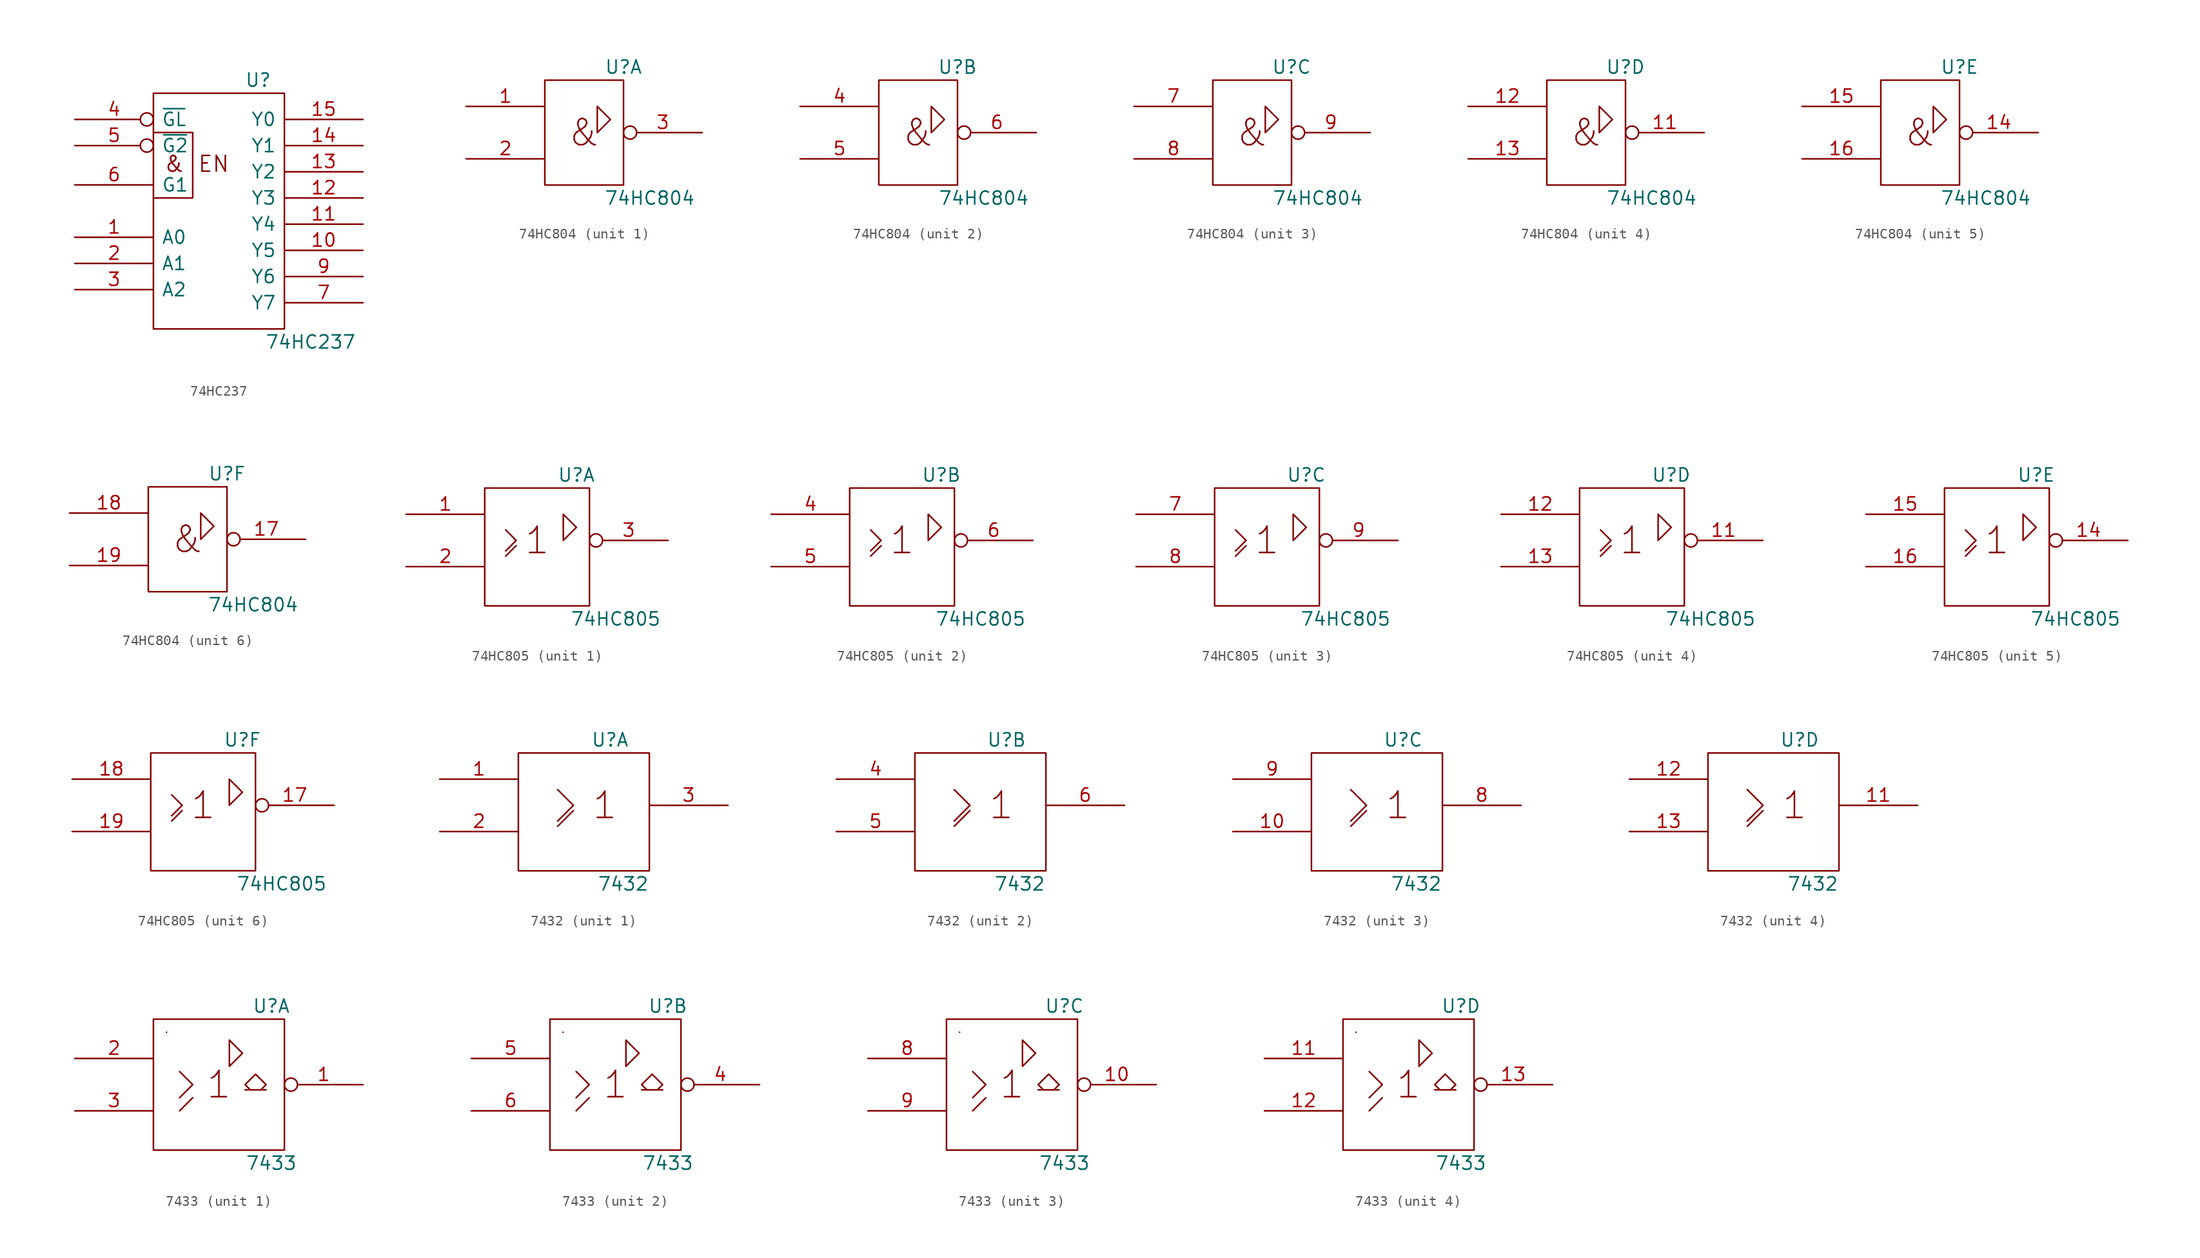
<source format=kicad_sym>
(kicad_symbol_lib
  (version 20231120)
  (generator "kicad_symbol_editor")
  (generator_version "8.0")
  (symbol "74HC237"
    (pin_names
      (offset 0.762))
    (property "Reference" "U"
      (at 3.81 8.89 0)
      (effects (font (size 1.27 1.27))))
    (property "Value" "74HC237"
      (at 8.89 -16.51 0)
      (effects (font (size 1.27 1.27))))
    (symbol "74HC237_0_0"
      (text "&" (at -4.318 0.762 0) (effects (font (size 1.524 1.524))))
      (text "EN" (at -0.508 0.762 0) (effects (font (size 1.524 1.524))))
      (pin power_in line (at 0 7.62 270) (length 0) hide (name "VCC" (effects (font (size 1.27 1.27)))) (number "16" (effects (font (size 1.27 1.27))))))
    (symbol "74HC237_0_1"
      (rectangle (start -6.35 7.62) (end 6.35 -15.24) (stroke (width 0) (type default)) (fill (type none)))
      (polyline (pts (xy -6.35 3.81) (xy -2.54 3.81) (xy -2.54 -2.54) (xy -6.35 -2.54) (xy -6.35 -2.54)) (stroke (width 0) (type default)) (fill (type none)))
      (pin power_in line (at 0 -15.24 90) (length 0) hide (name "GND" (effects (font (size 1.27 1.27)))) (number "8" (effects (font (size 1.27 1.27))))))
    (symbol "74HC237_1_1"
      (pin input line (at -13.97 -6.35 0) (length 7.62) (name "A0" (effects (font (size 1.27 1.27)))) (number "1" (effects (font (size 1.27 1.27)))))
      (pin output line (at 13.97 -7.62 180) (length 7.62) (name "Y5" (effects (font (size 1.27 1.27)))) (number "10" (effects (font (size 1.27 1.27)))))
      (pin output line (at 13.97 -5.08 180) (length 7.62) (name "Y4" (effects (font (size 1.27 1.27)))) (number "11" (effects (font (size 1.27 1.27)))))
      (pin output line (at 13.97 -2.54 180) (length 7.62) (name "Y3" (effects (font (size 1.27 1.27)))) (number "12" (effects (font (size 1.27 1.27)))))
      (pin output line (at 13.97 0 180) (length 7.62) (name "Y2" (effects (font (size 1.27 1.27)))) (number "13" (effects (font (size 1.27 1.27)))))
      (pin output line (at 13.97 2.54 180) (length 7.62) (name "Y1" (effects (font (size 1.27 1.27)))) (number "14" (effects (font (size 1.27 1.27)))))
      (pin output line (at 13.97 5.08 180) (length 7.62) (name "Y0" (effects (font (size 1.27 1.27)))) (number "15" (effects (font (size 1.27 1.27)))))
      (pin input line (at -13.97 -8.89 0) (length 7.62) (name "A1" (effects (font (size 1.27 1.27)))) (number "2" (effects (font (size 1.27 1.27)))))
      (pin input line (at -13.97 -11.43 0) (length 7.62) (name "A2" (effects (font (size 1.27 1.27)))) (number "3" (effects (font (size 1.27 1.27)))))
      (pin input inverted (at -13.97 5.08 0) (length 7.62) (name "~{GL}" (effects (font (size 1.27 1.27)))) (number "4" (effects (font (size 1.27 1.27)))))
      (pin input inverted (at -13.97 2.54 0) (length 7.62) (name "~{G2}" (effects (font (size 1.27 1.27)))) (number "5" (effects (font (size 1.27 1.27)))))
      (pin input line (at -13.97 -1.27 0) (length 7.62) (name "G1" (effects (font (size 1.27 1.27)))) (number "6" (effects (font (size 1.27 1.27)))))
      (pin output line (at 13.97 -12.7 180) (length 7.62) (name "Y7" (effects (font (size 1.27 1.27)))) (number "7" (effects (font (size 1.27 1.27)))))
      (pin output line (at 13.97 -10.16 180) (length 7.62) (name "Y6" (effects (font (size 1.27 1.27)))) (number "9" (effects (font (size 1.27 1.27)))))))
  (symbol "74HC804"
    (pin_names
      (offset 0.762))
    (property "Reference" "U"
      (at 3.81 6.35 0)
      (effects (font (size 1.27 1.27))))
    (property "Value" "74HC804"
      (at 6.35 -6.35 0)
      (effects (font (size 1.27 1.27))))
    (symbol "74HC804_0_1"
      (rectangle (start -3.81 5.08) (end 3.81 -5.08) (stroke (width 0) (type default)) (fill (type none)))
      (polyline (pts (xy 1.27 0) (xy 1.27 2.54) (xy 2.54 1.27) (xy 1.27 0) (xy 1.27 0)) (stroke (width 0) (type default)) (fill (type none)))
      (text "&" (at 0 0 0) (effects (font (size 2.54 2.54))))
      (pin power_in line (at 0 -5.08 90) (length 0) hide (name "Gnd" (effects (font (size 1.27 1.27)))) (number "10" (effects (font (size 1.27 1.27)))))
      (pin power_in line (at 0 5.08 270) (length 0) hide (name "Vcc" (effects (font (size 1.27 1.27)))) (number "20" (effects (font (size 1.27 1.27))))))
    (symbol "74HC804_1_1"
      (pin input line (at -11.43 2.54 0) (length 7.62) (name "~" (effects (font (size 1.27 1.27)))) (number "1" (effects (font (size 1.27 1.27)))))
      (pin input line (at -11.43 -2.54 0) (length 7.62) (name "~" (effects (font (size 1.27 1.27)))) (number "2" (effects (font (size 1.27 1.27)))))
      (pin output inverted (at 11.43 0 180) (length 7.62) (name "~" (effects (font (size 1.27 1.27)))) (number "3" (effects (font (size 1.27 1.27))))))
    (symbol "74HC804_2_1"
      (pin input line (at -11.43 2.54 0) (length 7.62) (name "~" (effects (font (size 1.27 1.27)))) (number "4" (effects (font (size 1.27 1.27)))))
      (pin input line (at -11.43 -2.54 0) (length 7.62) (name "~" (effects (font (size 1.27 1.27)))) (number "5" (effects (font (size 1.27 1.27)))))
      (pin output inverted (at 11.43 0 180) (length 7.62) (name "~" (effects (font (size 1.27 1.27)))) (number "6" (effects (font (size 1.27 1.27))))))
    (symbol "74HC804_3_1"
      (pin input line (at -11.43 2.54 0) (length 7.62) (name "~" (effects (font (size 1.27 1.27)))) (number "7" (effects (font (size 1.27 1.27)))))
      (pin input line (at -11.43 -2.54 0) (length 7.62) (name "~" (effects (font (size 1.27 1.27)))) (number "8" (effects (font (size 1.27 1.27)))))
      (pin output inverted (at 11.43 0 180) (length 7.62) (name "~" (effects (font (size 1.27 1.27)))) (number "9" (effects (font (size 1.27 1.27))))))
    (symbol "74HC804_4_1"
      (pin output inverted (at 11.43 0 180) (length 7.62) (name "~" (effects (font (size 1.27 1.27)))) (number "11" (effects (font (size 1.27 1.27)))))
      (pin input line (at -11.43 2.54 0) (length 7.62) (name "~" (effects (font (size 1.27 1.27)))) (number "12" (effects (font (size 1.27 1.27)))))
      (pin input line (at -11.43 -2.54 0) (length 7.62) (name "~" (effects (font (size 1.27 1.27)))) (number "13" (effects (font (size 1.27 1.27))))))
    (symbol "74HC804_5_1"
      (pin output inverted (at 11.43 0 180) (length 7.62) (name "~" (effects (font (size 1.27 1.27)))) (number "14" (effects (font (size 1.27 1.27)))))
      (pin input line (at -11.43 2.54 0) (length 7.62) (name "~" (effects (font (size 1.27 1.27)))) (number "15" (effects (font (size 1.27 1.27)))))
      (pin input line (at -11.43 -2.54 0) (length 7.62) (name "~" (effects (font (size 1.27 1.27)))) (number "16" (effects (font (size 1.27 1.27))))))
    (symbol "74HC804_6_1"
      (pin output inverted (at 11.43 0 180) (length 7.62) (name "~" (effects (font (size 1.27 1.27)))) (number "17" (effects (font (size 1.27 1.27)))))
      (pin input line (at -11.43 2.54 0) (length 7.62) (name "~" (effects (font (size 1.27 1.27)))) (number "18" (effects (font (size 1.27 1.27)))))
      (pin input line (at -11.43 -2.54 0) (length 7.62) (name "~" (effects (font (size 1.27 1.27)))) (number "19" (effects (font (size 1.27 1.27)))))))
  (symbol "74HC805"
    (pin_names
      (offset 0.762))
    (property "Reference" "U"
      (at 3.81 6.35 0)
      (effects (font (size 1.27 1.27))))
    (property "Value" "74HC805"
      (at 7.62 -7.62 0)
      (effects (font (size 1.27 1.27))))
    (symbol "74HC805_0_1"
      (rectangle (start -5.08 5.08) (end 5.08 -6.35) (stroke (width 0) (type default)) (fill (type none)))
      (polyline (pts (xy -3.048 -1.524) (xy -2.032 -0.508) (xy -2.032 -0.508)) (stroke (width 0) (type default)) (fill (type none)))
      (polyline (pts (xy -3.048 1.016) (xy -2.032 0) (xy -3.048 -1.016) (xy -3.048 -1.016)) (stroke (width 0) (type default)) (fill (type none)))
      (polyline (pts (xy 2.54 0) (xy 2.54 2.54) (xy 3.81 1.27) (xy 2.54 0) (xy 2.54 0)) (stroke (width 0) (type default)) (fill (type none)))
      (text "1" (at 0 0 0) (effects (font (size 2.54 2.54))))
      (pin power_in line (at 0 -6.35 90) (length 0) hide (name "Gnd" (effects (font (size 1.27 1.27)))) (number "10" (effects (font (size 1.27 1.27)))))
      (pin power_in line (at 0 5.08 270) (length 0) hide (name "Vcc" (effects (font (size 1.27 1.27)))) (number "20" (effects (font (size 1.27 1.27))))))
    (symbol "74HC805_1_1"
      (pin input line (at -12.7 2.54 0) (length 7.62) (name "~" (effects (font (size 1.27 1.27)))) (number "1" (effects (font (size 1.27 1.27)))))
      (pin input line (at -12.7 -2.54 0) (length 7.62) (name "~" (effects (font (size 1.27 1.27)))) (number "2" (effects (font (size 1.27 1.27)))))
      (pin output inverted (at 12.7 0 180) (length 7.62) (name "~" (effects (font (size 1.27 1.27)))) (number "3" (effects (font (size 1.27 1.27))))))
    (symbol "74HC805_2_1"
      (pin input line (at -12.7 2.54 0) (length 7.62) (name "~" (effects (font (size 1.27 1.27)))) (number "4" (effects (font (size 1.27 1.27)))))
      (pin input line (at -12.7 -2.54 0) (length 7.62) (name "~" (effects (font (size 1.27 1.27)))) (number "5" (effects (font (size 1.27 1.27)))))
      (pin output inverted (at 12.7 0 180) (length 7.62) (name "~" (effects (font (size 1.27 1.27)))) (number "6" (effects (font (size 1.27 1.27))))))
    (symbol "74HC805_3_1"
      (pin input line (at -12.7 2.54 0) (length 7.62) (name "~" (effects (font (size 1.27 1.27)))) (number "7" (effects (font (size 1.27 1.27)))))
      (pin input line (at -12.7 -2.54 0) (length 7.62) (name "~" (effects (font (size 1.27 1.27)))) (number "8" (effects (font (size 1.27 1.27)))))
      (pin output inverted (at 12.7 0 180) (length 7.62) (name "~" (effects (font (size 1.27 1.27)))) (number "9" (effects (font (size 1.27 1.27))))))
    (symbol "74HC805_4_1"
      (pin output inverted (at 12.7 0 180) (length 7.62) (name "~" (effects (font (size 1.27 1.27)))) (number "11" (effects (font (size 1.27 1.27)))))
      (pin input line (at -12.7 2.54 0) (length 7.62) (name "~" (effects (font (size 1.27 1.27)))) (number "12" (effects (font (size 1.27 1.27)))))
      (pin input line (at -12.7 -2.54 0) (length 7.62) (name "~" (effects (font (size 1.27 1.27)))) (number "13" (effects (font (size 1.27 1.27))))))
    (symbol "74HC805_5_1"
      (pin output inverted (at 12.7 0 180) (length 7.62) (name "~" (effects (font (size 1.27 1.27)))) (number "14" (effects (font (size 1.27 1.27)))))
      (pin input line (at -12.7 2.54 0) (length 7.62) (name "~" (effects (font (size 1.27 1.27)))) (number "15" (effects (font (size 1.27 1.27)))))
      (pin input line (at -12.7 -2.54 0) (length 7.62) (name "~" (effects (font (size 1.27 1.27)))) (number "16" (effects (font (size 1.27 1.27))))))
    (symbol "74HC805_6_1"
      (pin output inverted (at 12.7 0 180) (length 7.62) (name "~" (effects (font (size 1.27 1.27)))) (number "17" (effects (font (size 1.27 1.27)))))
      (pin input line (at -12.7 2.54 0) (length 7.62) (name "~" (effects (font (size 1.27 1.27)))) (number "18" (effects (font (size 1.27 1.27)))))
      (pin input line (at -12.7 -2.54 0) (length 7.62) (name "~" (effects (font (size 1.27 1.27)))) (number "19" (effects (font (size 1.27 1.27)))))))
  (symbol "7432"
    (pin_names
      (offset 0.762))
    (property "Reference" "U"
      (at 2.54 6.35 0)
      (effects (font (size 1.27 1.27))))
    (property "Value" "7432"
      (at 3.81 -7.62 0)
      (effects (font (size 1.27 1.27))))
    (symbol "7432_0_1"
      (rectangle (start -6.35 5.08) (end 6.35 -6.35) (stroke (width 0) (type default)) (fill (type none)))
      (polyline (pts (xy -2.54 -2.032) (xy -1.016 -0.508) (xy -1.016 -0.508)) (stroke (width 0) (type default)) (fill (type none)))
      (polyline (pts (xy -2.54 1.524) (xy -2.54 1.524) (xy -1.016 0) (xy -2.54 -1.524) (xy -2.54 -1.524)) (stroke (width 0) (type default)) (fill (type none)))
      (text "1" (at 2.032 0 0) (effects (font (size 2.54 2.54))))
      (pin power_in line (at 0 5.08 270) (length 0) hide (name "Vcc" (effects (font (size 1.27 1.27)))) (number "14" (effects (font (size 1.27 1.27)))))
      (pin power_in line (at 0 -6.35 90) (length 0) hide (name "Gnd" (effects (font (size 1.27 1.27)))) (number "7" (effects (font (size 1.27 1.27))))))
    (symbol "7432_1_1"
      (pin input line (at -13.97 2.54 0) (length 7.62) (name "~" (effects (font (size 1.27 1.27)))) (number "1" (effects (font (size 1.27 1.27)))))
      (pin input line (at -13.97 -2.54 0) (length 7.62) (name "~" (effects (font (size 1.27 1.27)))) (number "2" (effects (font (size 1.27 1.27)))))
      (pin output line (at 13.97 0 180) (length 7.62) (name "~" (effects (font (size 1.27 1.27)))) (number "3" (effects (font (size 1.27 1.27))))))
    (symbol "7432_2_1"
      (pin input line (at -13.97 2.54 0) (length 7.62) (name "~" (effects (font (size 1.27 1.27)))) (number "4" (effects (font (size 1.27 1.27)))))
      (pin input line (at -13.97 -2.54 0) (length 7.62) (name "~" (effects (font (size 1.27 1.27)))) (number "5" (effects (font (size 1.27 1.27)))))
      (pin output line (at 13.97 0 180) (length 7.62) (name "~" (effects (font (size 1.27 1.27)))) (number "6" (effects (font (size 1.27 1.27))))))
    (symbol "7432_3_1"
      (pin input line (at -13.97 -2.54 0) (length 7.62) (name "~" (effects (font (size 1.27 1.27)))) (number "10" (effects (font (size 1.27 1.27)))))
      (pin output line (at 13.97 0 180) (length 7.62) (name "~" (effects (font (size 1.27 1.27)))) (number "8" (effects (font (size 1.27 1.27)))))
      (pin input line (at -13.97 2.54 0) (length 7.62) (name "~" (effects (font (size 1.27 1.27)))) (number "9" (effects (font (size 1.27 1.27))))))
    (symbol "7432_4_1"
      (pin output line (at 13.97 0 180) (length 7.62) (name "~" (effects (font (size 1.27 1.27)))) (number "11" (effects (font (size 1.27 1.27)))))
      (pin input line (at -13.97 2.54 0) (length 7.62) (name "~" (effects (font (size 1.27 1.27)))) (number "12" (effects (font (size 1.27 1.27)))))
      (pin input line (at -13.97 -2.54 0) (length 7.62) (name "~" (effects (font (size 1.27 1.27)))) (number "13" (effects (font (size 1.27 1.27)))))))
  (symbol "7433"
    (pin_names
      (offset 0.762))
    (property "Reference" "U"
      (at 5.08 7.62 0)
      (effects (font (size 1.27 1.27))))
    (property "Value" "7433"
      (at 5.08 -7.62 0)
      (effects (font (size 1.27 1.27))))
    (symbol "7433_0_0"
      (rectangle (start -5.08 5.08) (end -5.08 5.08) (stroke (width 0) (type default)) (fill (type none)))
      (polyline (pts (xy -3.81 -2.54) (xy -2.54 -1.27) (xy -2.54 -1.27)) (stroke (width 0) (type default)) (fill (type none)))
      (polyline (pts (xy -3.81 1.27) (xy -2.54 0) (xy -3.81 -1.27) (xy -3.81 -1.27)) (stroke (width 0) (type default)) (fill (type none)))
      (polyline (pts (xy 1.016 4.318) (xy 1.016 1.778) (xy 2.286 3.048) (xy 1.016 4.318) (xy 1.016 4.318)) (stroke (width 0) (type default)) (fill (type none)))
      (text "1" (at 0 0 0) (effects (font (size 2.54 2.54))))
      (pin power_in line (at 0 6.35 270) (length 0) hide (name "VCC" (effects (font (size 1.27 1.27)))) (number "14" (effects (font (size 1.27 1.27)))))
      (pin power_in line (at 0 -6.35 90) (length 0) hide (name "GND" (effects (font (size 1.27 1.27)))) (number "7" (effects (font (size 1.27 1.27))))))
    (symbol "7433_0_1"
      (rectangle (start -6.35 6.35) (end 6.35 -6.35) (stroke (width 0) (type default)) (fill (type none)))
      (polyline (pts (xy 3.556 1.016) (xy 4.572 0) (xy 4.064 -0.508) (xy 4.572 -0.508) (xy 2.54 -0.508) (xy 3.556 -0.508) (xy 3.556 -0.508) (xy 3.048 -0.508) (xy 2.54 0) (xy 3.556 1.016) (xy 3.556 1.016)) (stroke (width 0) (type default)) (fill (type none))))
    (symbol "7433_1_1"
      (pin open_collector inverted (at 13.97 0 180) (length 7.62) (name "~" (effects (font (size 1.27 1.27)))) (number "1" (effects (font (size 1.27 1.27)))))
      (pin input line (at -13.97 2.54 0) (length 7.62) (name "~" (effects (font (size 1.27 1.27)))) (number "2" (effects (font (size 1.27 1.27)))))
      (pin input line (at -13.97 -2.54 0) (length 7.62) (name "~" (effects (font (size 1.27 1.27)))) (number "3" (effects (font (size 1.27 1.27))))))
    (symbol "7433_2_1"
      (pin open_collector inverted (at 13.97 0 180) (length 7.62) (name "~" (effects (font (size 1.27 1.27)))) (number "4" (effects (font (size 1.27 1.27)))))
      (pin input line (at -13.97 2.54 0) (length 7.62) (name "~" (effects (font (size 1.27 1.27)))) (number "5" (effects (font (size 1.27 1.27)))))
      (pin input line (at -13.97 -2.54 0) (length 7.62) (name "~" (effects (font (size 1.27 1.27)))) (number "6" (effects (font (size 1.27 1.27))))))
    (symbol "7433_3_1"
      (pin open_collector inverted (at 13.97 0 180) (length 7.62) (name "~" (effects (font (size 1.27 1.27)))) (number "10" (effects (font (size 1.27 1.27)))))
      (pin input line (at -13.97 2.54 0) (length 7.62) (name "~" (effects (font (size 1.27 1.27)))) (number "8" (effects (font (size 1.27 1.27)))))
      (pin input line (at -13.97 -2.54 0) (length 7.62) (name "~" (effects (font (size 1.27 1.27)))) (number "9" (effects (font (size 1.27 1.27))))))
    (symbol "7433_4_1"
      (pin input line (at -13.97 2.54 0) (length 7.62) (name "~" (effects (font (size 1.27 1.27)))) (number "11" (effects (font (size 1.27 1.27)))))
      (pin input line (at -13.97 -2.54 0) (length 7.62) (name "~" (effects (font (size 1.27 1.27)))) (number "12" (effects (font (size 1.27 1.27)))))
      (pin open_collector inverted (at 13.97 0 180) (length 7.62) (name "~" (effects (font (size 1.27 1.27)))) (number "13" (effects (font (size 1.27 1.27))))))))
</source>
